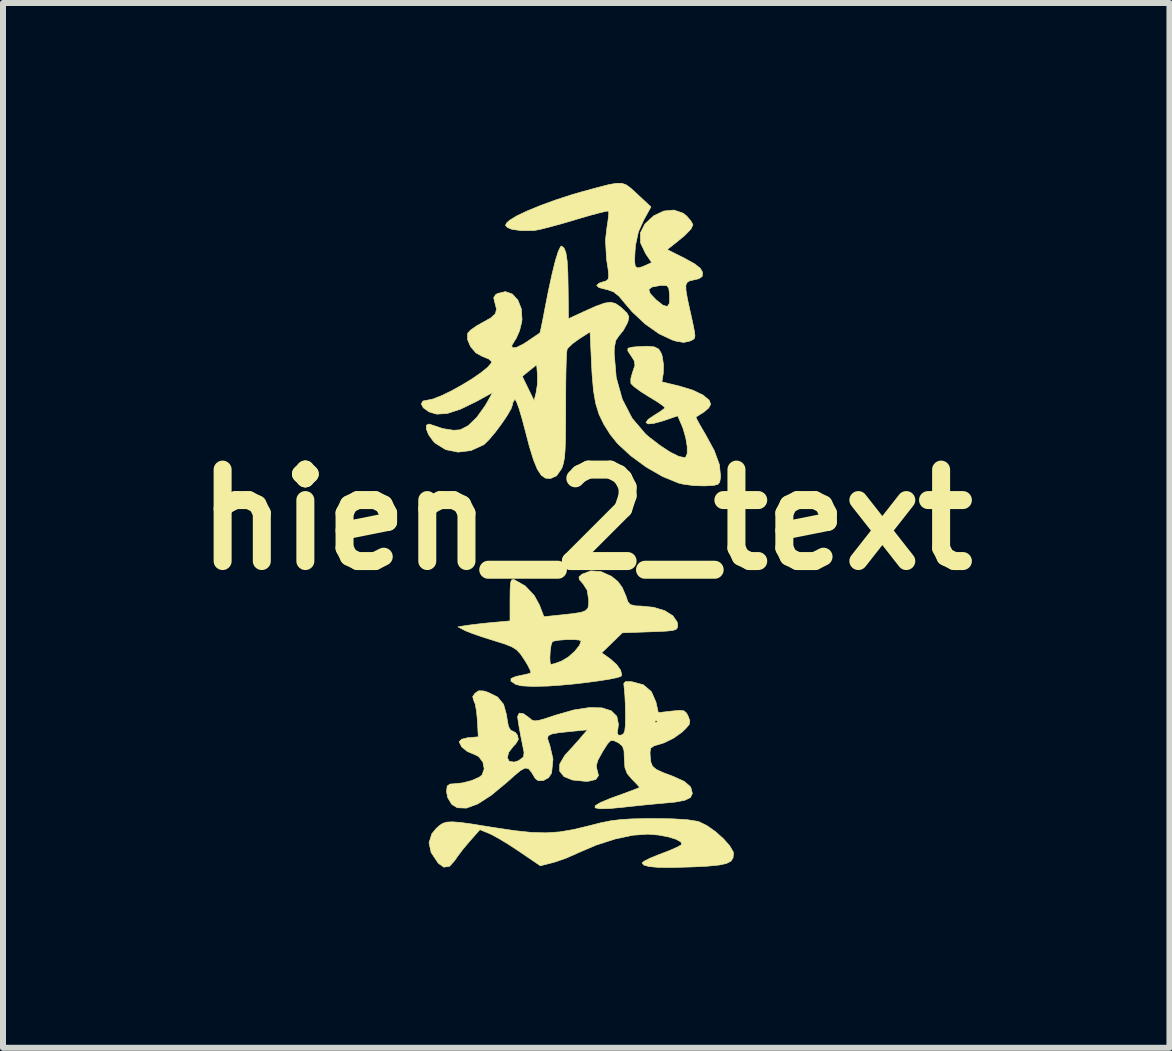
<source format=kicad_pcb>
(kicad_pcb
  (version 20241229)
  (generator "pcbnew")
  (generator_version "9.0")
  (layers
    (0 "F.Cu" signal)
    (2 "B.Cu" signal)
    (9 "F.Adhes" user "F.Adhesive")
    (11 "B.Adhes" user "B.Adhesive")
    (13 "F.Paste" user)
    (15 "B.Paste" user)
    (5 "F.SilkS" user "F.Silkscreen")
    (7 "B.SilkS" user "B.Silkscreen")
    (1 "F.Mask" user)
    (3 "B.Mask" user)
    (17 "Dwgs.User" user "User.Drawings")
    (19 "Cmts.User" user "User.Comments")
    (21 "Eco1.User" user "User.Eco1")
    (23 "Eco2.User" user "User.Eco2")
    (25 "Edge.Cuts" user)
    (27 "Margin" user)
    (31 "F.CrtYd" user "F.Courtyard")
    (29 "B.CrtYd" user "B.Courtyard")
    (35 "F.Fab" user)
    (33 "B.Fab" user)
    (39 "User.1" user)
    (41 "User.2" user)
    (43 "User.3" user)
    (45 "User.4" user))
  (footprint "hien_2_text"
    (layer "F.Cu")
    (at 6.72 5.611)
    (property "Reference" "hien_2_text" (at 0 0 0) (layer "F.SilkS") (effects (font (size 1.524 1.524) (thickness 0.3))))
    (attr through_hole)
    (fp_poly (pts (xy 1.432 4.985) (xy 1.681 5) (xy 1.848 5.026) (xy 1.881 5.035) (xy 2.012 5.099) (xy 2.154 5.199) (xy 2.286 5.317) (xy 2.391 5.435) (xy 2.449 5.535) (xy 2.455 5.567) (xy 2.446 5.639) (xy 2.41 5.692) (xy 2.336 5.73) (xy 2.213 5.756) (xy 2.029 5.774) (xy 1.773 5.787) (xy 1.743 5.788) (xy 1.434 5.797) (xy 1.204 5.795) (xy 1.047 5.781) (xy 0.958 5.755) (xy 0.931 5.72) (xy 0.968 5.69) (xy 1.066 5.641) (xy 1.206 5.584) (xy 1.249 5.568) (xy 1.401 5.509) (xy 1.52 5.456) (xy 1.585 5.419) (xy 1.591 5.413) (xy 1.577 5.37) (xy 1.496 5.326) (xy 1.367 5.286) (xy 1.206 5.256) (xy 1.031 5.241) (xy 1.027 5.241) (xy 0.776 5.259) (xy 0.481 5.322) (xy 0.167 5.423) (xy -0.142 5.555) (xy -0.175 5.571) (xy -0.338 5.642) (xy -0.513 5.703) (xy -0.568 5.718) (xy -0.765 5.768) (xy -1.113 5.531) (xy -1.281 5.42) (xy -1.442 5.322) (xy -1.571 5.251) (xy -1.616 5.23) (xy -1.772 5.166) (xy -1.948 5.366) (xy -2.055 5.493) (xy -2.147 5.615) (xy -2.193 5.683) (xy -2.279 5.778) (xy -2.373 5.791) (xy -2.465 5.726) (xy -2.584 5.548) (xy -2.62 5.385) (xy -2.573 5.235) (xy -2.499 5.145) (xy -2.443 5.095) (xy -2.388 5.06) (xy -2.321 5.04) (xy -2.228 5.036) (xy -2.096 5.046) (xy -1.913 5.071) (xy -1.665 5.111) (xy -1.545 5.13) (xy -1.2 5.182) (xy -0.915 5.212) (xy -0.669 5.219) (xy -0.439 5.203) (xy -0.206 5.163) (xy 0.042 5.103) (xy 0.238 5.053) (xy 0.407 5.019) (xy 0.574 4.998) (xy 0.766 4.986) (xy 1.008 4.982) (xy 1.101 4.981) (xy 1.432 4.985)) (stroke (width 0.01) (type solid)) (fill yes) (layer "F.SilkS"))
    (fp_poly (pts (xy 0.244 0.865) (xy 0.417 0.942) (xy 0.428 0.95) (xy 0.528 1.031) (xy 0.601 1.132) (xy 0.664 1.278) (xy 0.693 1.365) (xy 0.734 1.415) (xy 0.827 1.437) (xy 0.903 1.439) (xy 1.122 1.46) (xy 1.307 1.516) (xy 1.443 1.601) (xy 1.516 1.706) (xy 1.524 1.759) (xy 1.52 1.8) (xy 1.498 1.828) (xy 1.443 1.846) (xy 1.34 1.857) (xy 1.175 1.865) (xy 1.063 1.869) (xy 0.602 1.885) (xy 0.258 2.219) (xy 0.403 2.322) (xy 0.507 2.415) (xy 0.574 2.51) (xy 0.592 2.587) (xy 0.58 2.609) (xy 0.523 2.63) (xy 0.398 2.656) (xy 0.224 2.684) (xy 0.018 2.712) (xy -0.204 2.738) (xy -0.423 2.758) (xy -0.622 2.772) (xy -0.635 2.773) (xy -0.897 2.779) (xy -1.079 2.769) (xy -1.175 2.745) (xy -1.255 2.69) (xy -1.253 2.647) (xy -1.169 2.612) (xy -1.111 2.6) (xy -1.001 2.577) (xy -0.931 2.558) (xy -0.924 2.555) (xy -0.93 2.515) (xy -0.974 2.426) (xy -1.03 2.334) (xy -1.054 2.299) (xy -0.606 2.299) (xy -0.602 2.383) (xy -0.587 2.413) (xy -0.524 2.398) (xy -0.423 2.361) (xy -0.408 2.355) (xy -0.298 2.289) (xy -0.191 2.194) (xy -0.112 2.095) (xy -0.085 2.021) (xy -0.122 2.005) (xy -0.215 1.998) (xy -0.334 1.999) (xy -0.452 2.008) (xy -0.539 2.023) (xy -0.566 2.035) (xy -0.586 2.093) (xy -0.6 2.192) (xy -0.606 2.299) (xy -1.054 2.299) (xy -1.097 2.236) (xy -1.161 2.168) (xy -1.241 2.118) (xy -1.359 2.071) (xy -1.537 2.016) (xy -1.545 2.013) (xy -1.726 1.956) (xy -1.886 1.901) (xy -2.001 1.856) (xy -2.031 1.842) (xy -2.137 1.786) (xy -1.989 1.762) (xy -1.868 1.746) (xy -1.702 1.727) (xy -1.556 1.713) (xy -1.27 1.687) (xy -1.27 1.331) (xy -1.268 1.159) (xy -1.261 1.055) (xy -1.245 1.006) (xy -1.216 0.997) (xy -1.196 1.002) (xy -1.016 1.105) (xy -0.865 1.266) (xy -0.78 1.422) (xy -0.705 1.617) (xy -0.427 1.588) (xy -0.223 1.566) (xy -0.089 1.545) (xy -0.01 1.516) (xy 0.029 1.473) (xy 0.041 1.408) (xy 0.042 1.342) (xy 0.016 1.175) (xy -0.053 1.068) (xy -0.115 0.997) (xy -0.121 0.955) (xy -0.073 0.912) (xy -0.066 0.907) (xy 0.076 0.853) (xy 0.244 0.865)) (stroke (width 0.01) (type solid)) (fill yes) (layer "F.SilkS"))
    (fp_poly (pts (xy 0.593 -5.606) (xy 0.665 -5.581) (xy 0.735 -5.531) (xy 0.818 -5.456) (xy 0.852 -5.424) (xy 1.079 -5.213) (xy 0.957 -4.992) (xy 0.869 -4.796) (xy 0.823 -4.582) (xy 0.814 -4.481) (xy 0.806 -4.318) (xy 0.816 -4.226) (xy 0.855 -4.195) (xy 0.929 -4.213) (xy 0.988 -4.238) (xy 1.092 -4.285) (xy 0.99 -4.434) (xy 0.905 -4.614) (xy 0.903 -4.78) (xy 0.977 -4.927) (xy 1.125 -5.065) (xy 1.293 -5.144) (xy 1.462 -5.16) (xy 1.615 -5.108) (xy 1.674 -5.061) (xy 1.744 -4.979) (xy 1.778 -4.917) (xy 1.778 -4.913) (xy 1.744 -4.842) (xy 1.64 -4.735) (xy 1.489 -4.611) (xy 1.349 -4.502) (xy 1.638 -4.357) (xy 1.805 -4.265) (xy 1.902 -4.189) (xy 1.939 -4.122) (xy 1.939 -4.119) (xy 1.933 -4.054) (xy 1.877 -4.016) (xy 1.802 -3.998) (xy 1.728 -3.982) (xy 1.682 -3.956) (xy 1.66 -3.907) (xy 1.663 -3.819) (xy 1.687 -3.679) (xy 1.732 -3.472) (xy 1.737 -3.452) (xy 1.779 -3.261) (xy 1.804 -3.135) (xy 1.812 -3.061) (xy 1.802 -3.02) (xy 1.773 -2.997) (xy 1.725 -2.976) (xy 1.723 -2.975) (xy 1.625 -2.954) (xy 1.494 -2.976) (xy 1.437 -2.994) (xy 1.213 -3.099) (xy 0.981 -3.263) (xy 0.765 -3.465) (xy 0.655 -3.594) (xy 0.547 -3.724) (xy 0.455 -3.797) (xy 0.356 -3.833) (xy 0.338 -3.836) (xy 1.043 -3.836) (xy 1.067 -3.767) (xy 1.166 -3.663) (xy 1.281 -3.572) (xy 1.353 -3.554) (xy 1.388 -3.609) (xy 1.39 -3.74) (xy 1.389 -3.752) (xy 1.376 -3.857) (xy 1.343 -3.901) (xy 1.267 -3.905) (xy 1.228 -3.902) (xy 1.096 -3.878) (xy 1.043 -3.836) (xy 0.338 -3.836) (xy 0.329 -3.838) (xy 0.213 -3.868) (xy 0.174 -3.905) (xy 0.215 -3.942) (xy 0.275 -3.962) (xy 0.334 -3.98) (xy 0.366 -4.009) (xy 0.375 -4.067) (xy 0.365 -4.174) (xy 0.339 -4.339) (xy 0.321 -4.661) (xy 0.344 -4.86) (xy 0.365 -5) (xy 0.376 -5.103) (xy 0.373 -5.145) (xy 0.328 -5.139) (xy 0.218 -5.113) (xy 0.057 -5.07) (xy -0.138 -5.013) (xy -0.196 -4.995) (xy -0.411 -4.932) (xy -0.606 -4.879) (xy -0.762 -4.84) (xy -0.861 -4.82) (xy -0.871 -4.819) (xy -1.075 -4.817) (xy -1.234 -4.838) (xy -1.312 -4.869) (xy -1.346 -4.906) (xy -1.321 -4.952) (xy -1.27 -4.994) (xy -1.156 -5.064) (xy -0.979 -5.147) (xy -0.755 -5.239) (xy -0.502 -5.331) (xy -0.238 -5.417) (xy -0.042 -5.473) (xy 0.2 -5.539) (xy 0.376 -5.584) (xy 0.502 -5.606) (xy 0.593 -5.606)) (stroke (width 0.01) (type solid)) (fill yes) (layer "F.SilkS"))
    (fp_poly (pts (xy 0.743 2.7) (xy 0.762 2.701) (xy 0.952 2.752) (xy 1.086 2.866) (xy 1.162 3.04) (xy 1.201 3.216) (xy 1.425 3.19) (xy 1.556 3.178) (xy 1.629 3.186) (xy 1.672 3.224) (xy 1.701 3.28) (xy 1.727 3.354) (xy 1.717 3.412) (xy 1.659 3.481) (xy 1.597 3.54) (xy 1.458 3.64) (xy 1.299 3.718) (xy 1.247 3.735) (xy 1.131 3.769) (xy 1.076 3.807) (xy 1.063 3.873) (xy 1.067 3.953) (xy 1.078 4.045) (xy 1.106 4.11) (xy 1.167 4.162) (xy 1.276 4.213) (xy 1.449 4.278) (xy 1.453 4.28) (xy 1.632 4.361) (xy 1.732 4.446) (xy 1.745 4.469) (xy 1.769 4.563) (xy 1.737 4.631) (xy 1.641 4.677) (xy 1.472 4.708) (xy 1.363 4.718) (xy 1.164 4.736) (xy 0.925 4.759) (xy 0.689 4.784) (xy 0.631 4.791) (xy 0.389 4.814) (xy 0.227 4.818) (xy 0.148 4.802) (xy 0.149 4.768) (xy 0.234 4.716) (xy 0.4 4.646) (xy 0.486 4.615) (xy 0.655 4.554) (xy 0.788 4.504) (xy 0.871 4.471) (xy 0.889 4.461) (xy 0.862 4.428) (xy 0.795 4.357) (xy 0.762 4.325) (xy 0.682 4.23) (xy 0.645 4.132) (xy 0.635 3.99) (xy 0.635 3.984) (xy 0.63 3.852) (xy 0.605 3.776) (xy 0.549 3.727) (xy 0.52 3.71) (xy 0.454 3.68) (xy 0.407 3.683) (xy 0.358 3.732) (xy 0.29 3.838) (xy 0.272 3.867) (xy 0.195 4.007) (xy 0.167 4.101) (xy 0.179 4.163) (xy 0.205 4.265) (xy 0.159 4.33) (xy 0.038 4.359) (xy -0.018 4.36) (xy -0.228 4.339) (xy -0.371 4.281) (xy -0.444 4.189) (xy -0.441 4.072) (xy -0.36 3.933) (xy -0.333 3.902) (xy -0.221 3.78) (xy -0.114 3.66) (xy -0.084 3.624) (xy 0.021 3.502) (xy -0.264 3.53) (xy -0.454 3.55) (xy -0.573 3.571) (xy -0.632 3.6) (xy -0.645 3.645) (xy -0.624 3.715) (xy -0.61 3.748) (xy -0.554 3.989) (xy -0.577 4.223) (xy -0.629 4.301) (xy -0.714 4.347) (xy -0.8 4.35) (xy -0.849 4.313) (xy -0.912 4.208) (xy -0.963 4.149) (xy -1.019 4.139) (xy -1.095 4.18) (xy -1.207 4.273) (xy -1.318 4.373) (xy -1.583 4.593) (xy -1.809 4.738) (xy -1.998 4.807) (xy -2.149 4.801) (xy -2.241 4.744) (xy -2.309 4.631) (xy -2.328 4.53) (xy -2.317 4.439) (xy -2.269 4.406) (xy -2.212 4.402) (xy -2.061 4.387) (xy -1.907 4.347) (xy -1.785 4.293) (xy -1.737 4.256) (xy -1.7 4.154) (xy -1.722 4.04) (xy -1.792 3.948) (xy -1.855 3.916) (xy -1.98 3.864) (xy -2.076 3.786) (xy -2.117 3.704) (xy -2.117 3.7) (xy -2.078 3.66) (xy -1.976 3.634) (xy -1.958 3.633) (xy -1.799 3.619) (xy -1.814 3.344) (xy -1.828 3.193) (xy -1.85 3.073) (xy -1.874 3.014) (xy -1.892 2.95) (xy -1.853 2.893) (xy -1.792 2.852) (xy -1.713 2.854) (xy -1.639 2.876) (xy -1.477 2.956) (xy -1.377 3.078) (xy -1.327 3.258) (xy -1.322 3.302) (xy -1.297 3.445) (xy -1.259 3.51) (xy -1.245 3.514) (xy -1.181 3.547) (xy -1.146 3.592) (xy -1.131 3.663) (xy -1.175 3.736) (xy -1.208 3.769) (xy -1.292 3.876) (xy -1.315 3.967) (xy -1.283 4.027) (xy -1.2 4.04) (xy -1.126 4.016) (xy -1.045 3.955) (xy -1.036 3.878) (xy -1.088 3.62) (xy -1.123 3.427) (xy -1.141 3.307) (xy -1.143 3.279) (xy -1.117 3.224) (xy -1.049 3.232) (xy -0.955 3.298) (xy -0.911 3.336) (xy -0.865 3.353) (xy -0.8 3.348) (xy -0.695 3.319) (xy -0.532 3.265) (xy -0.508 3.257) (xy -0.206 3.171) (xy 0.053 3.131) (xy 0.262 3.136) (xy 0.417 3.185) (xy 0.51 3.277) (xy 0.537 3.41) (xy 0.531 3.458) (xy 0.518 3.555) (xy 0.536 3.592) (xy 0.579 3.591) (xy 0.619 3.572) (xy 0.642 3.522) (xy 0.653 3.425) (xy 0.654 3.365) (xy 1.143 3.365) (xy 1.164 3.387) (xy 1.185 3.365) (xy 1.164 3.344) (xy 1.143 3.365) (xy 0.654 3.365) (xy 0.655 3.261) (xy 0.655 3.259) (xy 0.652 3.084) (xy 0.644 2.926) (xy 0.634 2.818) (xy 0.634 2.815) (xy 0.626 2.731) (xy 0.655 2.699) (xy 0.743 2.7)) (stroke (width 0.01) (type solid)) (fill yes) (layer "F.SilkS"))
    (fp_poly (pts (xy -0.369 -4.526) (xy -0.338 -4.446) (xy -0.318 -4.312) (xy -0.306 -4.113) (xy -0.301 -3.844) (xy -0.296 -3.349) (xy -0.032 -3.471) (xy 0.165 -3.559) (xy 0.305 -3.609) (xy 0.406 -3.624) (xy 0.487 -3.603) (xy 0.565 -3.55) (xy 0.596 -3.523) (xy 0.681 -3.441) (xy 0.711 -3.381) (xy 0.697 -3.309) (xy 0.681 -3.269) (xy 0.617 -3.153) (xy 0.546 -3.066) (xy 0.492 -2.987) (xy 0.468 -2.862) (xy 0.466 -2.772) (xy 0.5 -2.37) (xy 0.601 -2.007) (xy 0.765 -1.69) (xy 0.989 -1.427) (xy 1.047 -1.377) (xy 1.235 -1.233) (xy 1.404 -1.123) (xy 1.542 -1.055) (xy 1.636 -1.035) (xy 1.657 -1.041) (xy 1.683 -1.102) (xy 1.683 -1.217) (xy 1.659 -1.364) (xy 1.615 -1.517) (xy 1.592 -1.575) (xy 1.525 -1.731) (xy 1.284 -1.648) (xy 1.127 -1.605) (xy 1.03 -1.596) (xy 0.996 -1.62) (xy 1.033 -1.672) (xy 1.138 -1.742) (xy 1.24 -1.806) (xy 1.303 -1.854) (xy 1.312 -1.868) (xy 1.278 -1.9) (xy 1.189 -1.962) (xy 1.062 -2.04) (xy 1.039 -2.053) (xy 0.904 -2.139) (xy 0.799 -2.216) (xy 0.746 -2.269) (xy 0.744 -2.273) (xy 0.743 -2.35) (xy 0.773 -2.459) (xy 0.778 -2.471) (xy 0.812 -2.573) (xy 0.8 -2.649) (xy 0.752 -2.725) (xy 0.693 -2.814) (xy 0.696 -2.858) (xy 0.771 -2.876) (xy 0.826 -2.881) (xy 1.013 -2.891) (xy 1.135 -2.88) (xy 1.208 -2.843) (xy 1.251 -2.772) (xy 1.265 -2.729) (xy 1.288 -2.583) (xy 1.284 -2.44) (xy 1.284 -2.438) (xy 1.261 -2.297) (xy 1.562 -2.224) (xy 1.782 -2.156) (xy 1.948 -2.076) (xy 2.048 -1.992) (xy 2.074 -1.924) (xy 2.041 -1.862) (xy 1.962 -1.794) (xy 1.958 -1.792) (xy 1.874 -1.739) (xy 1.829 -1.711) (xy 1.829 -1.711) (xy 1.843 -1.674) (xy 1.892 -1.583) (xy 1.966 -1.456) (xy 1.984 -1.427) (xy 2.134 -1.151) (xy 2.219 -0.918) (xy 2.239 -0.724) (xy 2.237 -0.698) (xy 2.225 -0.628) (xy 2.194 -0.589) (xy 2.124 -0.571) (xy 1.993 -0.564) (xy 1.968 -0.563) (xy 1.793 -0.568) (xy 1.62 -0.591) (xy 1.536 -0.611) (xy 1.27 -0.721) (xy 0.996 -0.879) (xy 0.739 -1.068) (xy 0.522 -1.269) (xy 0.402 -1.418) (xy 0.293 -1.591) (xy 0.213 -1.757) (xy 0.158 -1.937) (xy 0.121 -2.151) (xy 0.098 -2.419) (xy 0.09 -2.57) (xy 0.064 -3.13) (xy -0.116 -3.015) (xy -0.225 -2.936) (xy -0.301 -2.864) (xy -0.319 -2.837) (xy -0.327 -2.777) (xy -0.333 -2.646) (xy -0.338 -2.458) (xy -0.341 -2.225) (xy -0.342 -1.962) (xy -0.342 -1.882) (xy -0.343 -1.575) (xy -0.346 -1.34) (xy -0.352 -1.166) (xy -0.362 -1.038) (xy -0.378 -0.947) (xy -0.399 -0.878) (xy -0.414 -0.845) (xy -0.494 -0.731) (xy -0.596 -0.686) (xy -0.602 -0.685) (xy -0.681 -0.693) (xy -0.75 -0.742) (xy -0.815 -0.841) (xy -0.879 -0.998) (xy -0.948 -1.223) (xy -1.017 -1.486) (xy -1.07 -1.685) (xy -1.118 -1.848) (xy -1.159 -1.96) (xy -1.186 -2.008) (xy -1.19 -2.008) (xy -1.224 -1.95) (xy -1.228 -1.918) (xy -1.253 -1.847) (xy -1.319 -1.733) (xy -1.412 -1.596) (xy -1.516 -1.457) (xy -1.616 -1.338) (xy -1.697 -1.258) (xy -1.712 -1.247) (xy -1.921 -1.152) (xy -2.138 -1.126) (xy -2.343 -1.168) (xy -2.517 -1.276) (xy -2.551 -1.311) (xy -2.626 -1.415) (xy -2.664 -1.509) (xy -2.663 -1.575) (xy -2.62 -1.594) (xy -2.593 -1.586) (xy -2.391 -1.518) (xy -2.21 -1.49) (xy -2.099 -1.498) (xy -1.965 -1.568) (xy -1.822 -1.707) (xy -1.684 -1.9) (xy -1.654 -1.951) (xy -1.56 -2.119) (xy -1.828 -1.972) (xy -2.097 -1.841) (xy -2.316 -1.77) (xy -2.493 -1.759) (xy -2.62 -1.797) (xy -2.715 -1.865) (xy -2.749 -1.931) (xy -2.72 -1.978) (xy -2.656 -1.99) (xy -2.554 -2.011) (xy -2.411 -2.067) (xy -2.244 -2.148) (xy -2.068 -2.246) (xy -1.897 -2.35) (xy -1.841 -2.389) (xy -1.066 -2.389) (xy -0.869 -1.984) (xy -0.835 -2.118) (xy -0.814 -2.254) (xy -0.812 -2.405) (xy -0.813 -2.417) (xy -0.826 -2.582) (xy -0.946 -2.486) (xy -1.066 -2.389) (xy -1.841 -2.389) (xy -1.749 -2.453) (xy -1.639 -2.543) (xy -1.581 -2.612) (xy -1.578 -2.637) (xy -1.626 -2.679) (xy -1.721 -2.717) (xy -1.729 -2.72) (xy -1.838 -2.78) (xy -1.928 -2.885) (xy -1.979 -3.005) (xy -1.976 -3.106) (xy -1.927 -3.16) (xy -1.825 -3.231) (xy -1.736 -3.281) (xy -1.591 -3.362) (xy -1.514 -3.433) (xy -1.495 -3.51) (xy -1.521 -3.611) (xy -1.521 -3.611) (xy -1.542 -3.699) (xy -1.509 -3.751) (xy -1.476 -3.77) (xy -1.347 -3.801) (xy -1.231 -3.76) (xy -1.139 -3.66) (xy -1.082 -3.515) (xy -1.07 -3.337) (xy -1.076 -3.291) (xy -1.112 -3.146) (xy -1.168 -3.02) (xy -1.188 -2.99) (xy -1.241 -2.903) (xy -1.23 -2.863) (xy -1.164 -2.87) (xy -1.05 -2.926) (xy -0.985 -2.968) (xy -0.874 -3.043) (xy -0.797 -3.095) (xy -0.773 -3.111) (xy -0.761 -3.152) (xy -0.739 -3.258) (xy -0.709 -3.408) (xy -0.697 -3.474) (xy -0.63 -3.815) (xy -0.568 -4.099) (xy -0.513 -4.321) (xy -0.465 -4.473) (xy -0.427 -4.552) (xy -0.41 -4.56) (xy -0.369 -4.526)) (stroke (width 0.01) (type solid)) (fill yes) (layer "F.SilkS")))
  (gr_rect
    (start -3 -3)
    (end 16.44 14.413)
    (stroke (width 0.1) (type default))
    (fill no)
    (layer "Edge.Cuts")))
</source>
